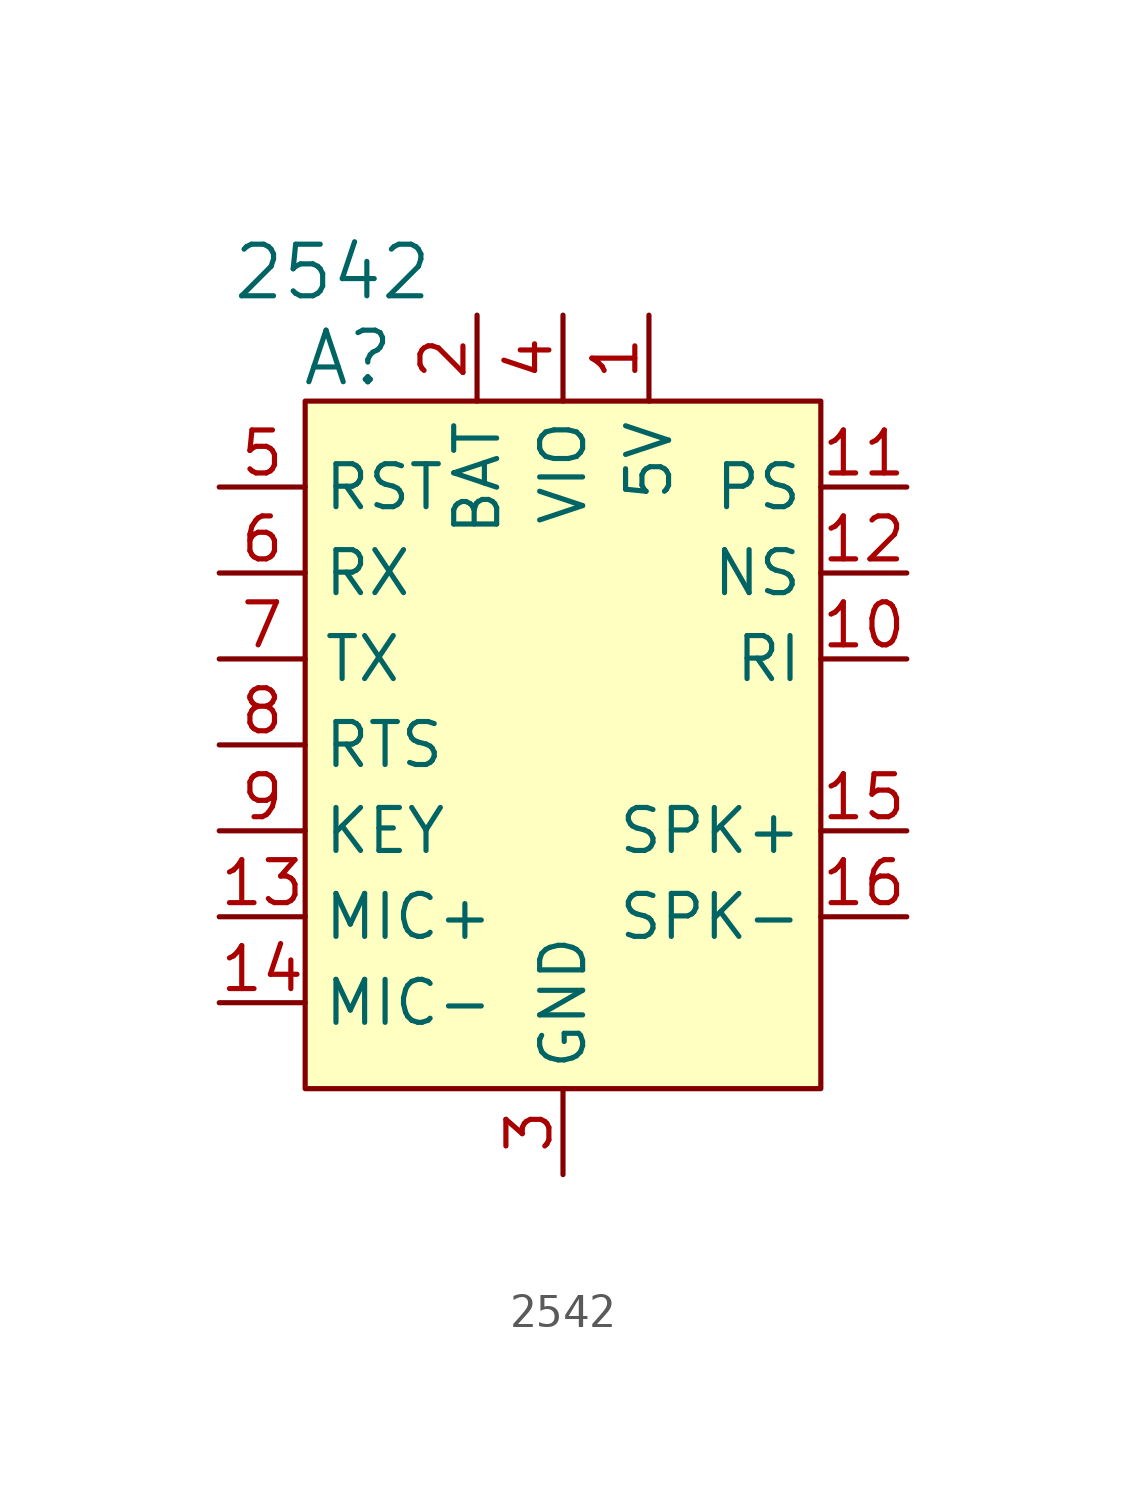
<source format=kicad_sym>
(kicad_symbol_lib
  (version 20211014)
  (generator kicad_symbol_editor)
  (symbol "2542"
    (property "Reference" "A"
      (at -6.35 11.43 0)
      (effects (font (size 1.524 1.524))))
    (property "Value" "2542"
      (at -3.81 13.97 0)
      (effects (font (size 1.524 1.524)) (justify right)))
    (symbol "2542_0_1"
      (rectangle (start -7.62 10.16) (end 7.62 -10.16) (stroke (width 0) (type default) (color 0 0 0 0)) (fill (type background))))
    (symbol "2542_1_1"
      (pin power_in line (at 2.54 12.7 270) (length 2.54) (name "5V" (effects (font (size 1.27 1.27)))) (number "1" (effects (font (size 1.27 1.27)))))
      (pin output line (at 10.16 2.54 180) (length 2.54) (name "RI" (effects (font (size 1.27 1.27)))) (number "10" (effects (font (size 1.27 1.27)))))
      (pin output line (at 10.16 7.62 180) (length 2.54) (name "PS" (effects (font (size 1.27 1.27)))) (number "11" (effects (font (size 1.27 1.27)))))
      (pin input line (at 10.16 5.08 180) (length 2.54) (name "NS" (effects (font (size 1.27 1.27)))) (number "12" (effects (font (size 1.27 1.27)))))
      (pin power_in line (at -10.16 -5.08 0) (length 2.54) (name "MIC+" (effects (font (size 1.27 1.27)))) (number "13" (effects (font (size 1.27 1.27)))))
      (pin power_in line (at -10.16 -7.62 0) (length 2.54) (name "MIC-" (effects (font (size 1.27 1.27)))) (number "14" (effects (font (size 1.27 1.27)))))
      (pin power_in line (at 10.16 -2.54 180) (length 2.54) (name "SPK+" (effects (font (size 1.27 1.27)))) (number "15" (effects (font (size 1.27 1.27)))))
      (pin power_in line (at 10.16 -5.08 180) (length 2.54) (name "SPK-" (effects (font (size 1.27 1.27)))) (number "16" (effects (font (size 1.27 1.27)))))
      (pin passive line (at -2.54 12.7 270) (length 2.54) (name "BAT" (effects (font (size 1.27 1.27)))) (number "2" (effects (font (size 1.27 1.27)))))
      (pin power_in line (at 0 -12.7 90) (length 2.54) (name "GND" (effects (font (size 1.27 1.27)))) (number "3" (effects (font (size 1.27 1.27)))))
      (pin power_in line (at 0 12.7 270) (length 2.54) (name "VIO" (effects (font (size 1.27 1.27)))) (number "4" (effects (font (size 1.27 1.27)))))
      (pin input line (at -10.16 7.62 0) (length 2.54) (name "RST" (effects (font (size 1.27 1.27)))) (number "5" (effects (font (size 1.27 1.27)))))
      (pin input line (at -10.16 5.08 0) (length 2.54) (name "RX" (effects (font (size 1.27 1.27)))) (number "6" (effects (font (size 1.27 1.27)))))
      (pin output line (at -10.16 2.54 0) (length 2.54) (name "TX" (effects (font (size 1.27 1.27)))) (number "7" (effects (font (size 1.27 1.27)))))
      (pin input line (at -10.16 0 0) (length 2.54) (name "RTS" (effects (font (size 1.27 1.27)))) (number "8" (effects (font (size 1.27 1.27)))))
      (pin input line (at -10.16 -2.54 0) (length 2.54) (name "KEY" (effects (font (size 1.27 1.27)))) (number "9" (effects (font (size 1.27 1.27))))))))
</source>
